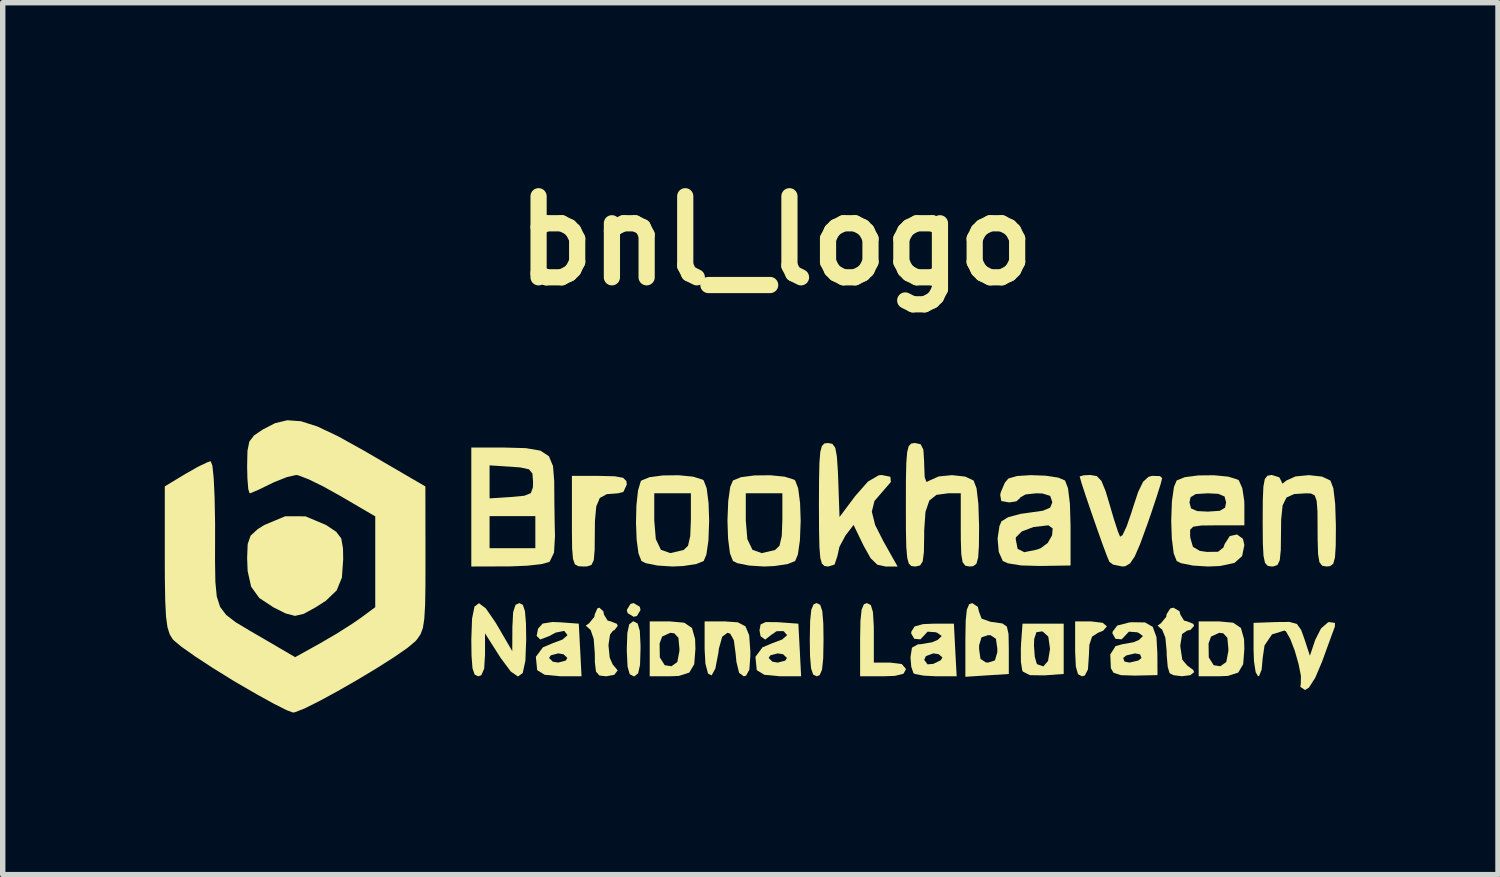
<source format=kicad_pcb>
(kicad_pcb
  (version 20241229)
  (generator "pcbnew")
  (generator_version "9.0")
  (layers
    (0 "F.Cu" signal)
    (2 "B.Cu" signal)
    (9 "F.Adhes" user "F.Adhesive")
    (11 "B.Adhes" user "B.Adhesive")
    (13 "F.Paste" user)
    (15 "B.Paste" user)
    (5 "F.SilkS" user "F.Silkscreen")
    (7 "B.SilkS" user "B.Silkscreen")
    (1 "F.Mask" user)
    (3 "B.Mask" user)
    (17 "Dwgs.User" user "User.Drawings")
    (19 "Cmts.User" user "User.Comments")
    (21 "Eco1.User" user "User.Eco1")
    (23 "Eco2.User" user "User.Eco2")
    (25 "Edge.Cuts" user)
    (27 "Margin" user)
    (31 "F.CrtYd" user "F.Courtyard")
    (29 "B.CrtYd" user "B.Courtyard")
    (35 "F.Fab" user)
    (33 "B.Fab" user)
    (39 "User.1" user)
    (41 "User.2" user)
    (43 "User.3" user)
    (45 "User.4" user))
  (footprint "bnl_logo"
    (layer "F.Cu")
    (at 11.811 7.604)
    (property "Reference" "bnl_logo" (at -0.5 -6.2 0) (layer "F.SilkS") (effects (font (size 1.5 1.5) (thickness 0.3))))
    (attr board_only exclude_from_pos_files exclude_from_bom)
    (fp_poly (pts (xy -3.02 0.576) (xy -3.006 0.635) (xy -3.073 0.747) (xy -3.133 0.762) (xy -3.245 0.694) (xy -3.26 0.635) (xy -3.192 0.523) (xy -3.133 0.508)) (stroke (width 0) (type solid)) (fill yes) (layer "F.SilkS"))
    (fp_poly (pts (xy -3.059 0.886) (xy -3.019 1.024) (xy -3.006 1.293) (xy -3.006 1.355) (xy -3.015 1.65) (xy -3.05 1.808) (xy -3.117 1.862) (xy -3.133 1.863) (xy -3.206 1.824) (xy -3.246 1.685) (xy -3.259 1.416) (xy -3.26 1.355) (xy -3.25 1.06) (xy -3.215 0.901) (xy -3.148 0.848) (xy -3.133 0.847)) (stroke (width 0) (type solid)) (fill yes) (layer "F.SilkS"))
    (fp_poly (pts (xy 0.319 0.54) (xy 0.358 0.656) (xy 0.377 0.885) (xy 0.381 1.185) (xy 0.375 1.533) (xy 0.353 1.741) (xy 0.31 1.841) (xy 0.254 1.863) (xy 0.189 1.831) (xy 0.15 1.715) (xy 0.131 1.485) (xy 0.127 1.185) (xy 0.133 0.838) (xy 0.155 0.629) (xy 0.198 0.53) (xy 0.254 0.508)) (stroke (width 0) (type solid)) (fill yes) (layer "F.SilkS"))
    (fp_poly (pts (xy 5.547 0.873) (xy 5.626 0.938) (xy 5.558 1.018) (xy 5.461 1.058) (xy 5.351 1.129) (xy 5.301 1.281) (xy 5.292 1.487) (xy 5.275 1.736) (xy 5.217 1.849) (xy 5.165 1.863) (xy 5.091 1.824) (xy 5.051 1.685) (xy 5.038 1.416) (xy 5.038 1.355) (xy 5.038 0.847) (xy 5.334 0.847)) (stroke (width 0) (type solid)) (fill yes) (layer "F.SilkS"))
    (fp_poly (pts (xy 1.257 0.545) (xy 1.296 0.676) (xy 1.311 0.933) (xy 1.312 1.058) (xy 1.312 1.609) (xy 1.609 1.609) (xy 1.828 1.636) (xy 1.904 1.724) (xy 1.905 1.736) (xy 1.86 1.816) (xy 1.703 1.855) (xy 1.482 1.863) (xy 1.058 1.863) (xy 1.058 1.185) (xy 1.064 0.838) (xy 1.086 0.629) (xy 1.129 0.53) (xy 1.185 0.508)) (stroke (width 0) (type solid)) (fill yes) (layer "F.SilkS"))
    (fp_poly (pts (xy -9.208 -1.098) (xy -8.826 -0.937) (xy -8.639 -0.812) (xy -8.545 -0.689) (xy -8.513 -0.506) (xy -8.509 -0.304) (xy -8.533 0.036) (xy -8.629 0.272) (xy -8.83 0.465) (xy -9.017 0.585) (xy -9.239 0.707) (xy -9.401 0.745) (xy -9.574 0.7) (xy -9.798 0.588) (xy -10.062 0.414) (xy -10.213 0.205) (xy -10.278 -0.088) (xy -10.287 -0.325) (xy -10.277 -0.584) (xy -10.223 -0.74) (xy -10.092 -0.86) (xy -9.97 -0.937) (xy -9.582 -1.099)) (stroke (width 0) (type solid)) (fill yes) (layer "F.SilkS"))
    (fp_poly (pts (xy -3.483 -1.839) (xy -3.329 -1.811) (xy -3.268 -1.75) (xy -3.26 -1.685) (xy -3.324 -1.549) (xy -3.422 -1.524) (xy -3.631 -1.508) (xy -3.759 -1.438) (xy -3.825 -1.282) (xy -3.85 -1.007) (xy -3.852 -0.795) (xy -3.855 -0.475) (xy -3.871 -0.288) (xy -3.913 -0.199) (xy -3.993 -0.171) (xy -4.064 -0.169) (xy -4.16 -0.175) (xy -4.222 -0.211) (xy -4.256 -0.31) (xy -4.272 -0.502) (xy -4.276 -0.818) (xy -4.276 -1.008) (xy -4.276 -1.846) (xy -3.768 -1.846)) (stroke (width 0) (type solid)) (fill yes) (layer "F.SilkS"))
    (fp_poly (pts (xy -1.206 0.864) (xy -1.064 0.938) (xy -0.995 1.104) (xy -0.974 1.396) (xy -0.974 1.489) (xy -0.992 1.741) (xy -1.053 1.852) (xy -1.096 1.863) (xy -1.182 1.798) (xy -1.232 1.592) (xy -1.244 1.46) (xy -1.279 1.195) (xy -1.347 1.073) (xy -1.397 1.058) (xy -1.494 1.13) (xy -1.556 1.352) (xy -1.566 1.433) (xy -1.621 1.72) (xy -1.69 1.846) (xy -1.756 1.814) (xy -1.805 1.629) (xy -1.82 1.362) (xy -1.82 0.847) (xy -1.448 0.847)) (stroke (width 0) (type solid)) (fill yes) (layer "F.SilkS"))
    (fp_poly (pts (xy -2.198 0.871) (xy -2.054 0.968) (xy -1.996 1.175) (xy -1.99 1.355) (xy -2.012 1.639) (xy -2.103 1.794) (xy -2.296 1.856) (xy -2.464 1.863) (xy -2.836 1.863) (xy -2.836 1.355) (xy -2.836 1.255) (xy -2.653 1.255) (xy -2.649 1.513) (xy -2.558 1.658) (xy -2.434 1.677) (xy -2.325 1.599) (xy -2.287 1.399) (xy -2.286 1.354) (xy -2.305 1.15) (xy -2.38 1.068) (xy -2.455 1.058) (xy -2.606 1.127) (xy -2.653 1.255) (xy -2.836 1.255) (xy -2.836 0.847) (xy -2.464 0.847)) (stroke (width 0) (type solid)) (fill yes) (layer "F.SilkS"))
    (fp_poly (pts (xy 7.962 0.871) (xy 8.106 0.968) (xy 8.164 1.175) (xy 8.17 1.355) (xy 8.148 1.639) (xy 8.057 1.794) (xy 7.864 1.856) (xy 7.696 1.863) (xy 7.324 1.863) (xy 7.324 1.355) (xy 7.324 1.255) (xy 7.507 1.255) (xy 7.511 1.513) (xy 7.602 1.658) (xy 7.726 1.677) (xy 7.835 1.599) (xy 7.873 1.399) (xy 7.874 1.354) (xy 7.855 1.15) (xy 7.78 1.068) (xy 7.705 1.058) (xy 7.554 1.127) (xy 7.507 1.255) (xy 7.324 1.255) (xy 7.324 0.847) (xy 7.696 0.847)) (stroke (width 0) (type solid)) (fill yes) (layer "F.SilkS"))
    (fp_poly (pts (xy 4.826 1.355) (xy 4.826 1.82) (xy 4.465 1.846) (xy 4.201 1.842) (xy 4.072 1.777) (xy 4.058 1.75) (xy 4.034 1.593) (xy 4.033 1.348) (xy 4.036 1.292) (xy 4.276 1.292) (xy 4.291 1.504) (xy 4.329 1.633) (xy 4.334 1.639) (xy 4.449 1.68) (xy 4.536 1.58) (xy 4.572 1.363) (xy 4.572 1.349) (xy 4.541 1.128) (xy 4.439 1.036) (xy 4.424 1.032) (xy 4.321 1.047) (xy 4.28 1.173) (xy 4.276 1.292) (xy 4.036 1.292) (xy 4.037 1.259) (xy 4.064 0.889) (xy 4.445 0.889) (xy 4.826 0.889)) (stroke (width 0) (type solid)) (fill yes) (layer "F.SilkS"))
    (fp_poly (pts (xy -5.184 0.54) (xy -5.145 0.656) (xy -5.126 0.885) (xy -5.122 1.185) (xy -5.137 1.575) (xy -5.186 1.802) (xy -5.274 1.867) (xy -5.407 1.775) (xy -5.591 1.529) (xy -5.632 1.465) (xy -5.884 1.068) (xy -5.884 1.465) (xy -5.9 1.722) (xy -5.952 1.843) (xy -6.011 1.863) (xy -6.076 1.831) (xy -6.116 1.715) (xy -6.134 1.485) (xy -6.138 1.185) (xy -6.124 0.796) (xy -6.079 0.572) (xy -5.996 0.51) (xy -5.869 0.607) (xy -5.694 0.86) (xy -5.639 0.953) (xy -5.38 1.397) (xy -5.378 0.953) (xy -5.364 0.679) (xy -5.32 0.541) (xy -5.249 0.508)) (stroke (width 0) (type solid)) (fill yes) (layer "F.SilkS"))
    (fp_poly (pts (xy -3.693 0.661) (xy -3.683 0.72) (xy -3.615 0.832) (xy -3.556 0.847) (xy -3.443 0.892) (xy -3.429 0.931) (xy -3.493 1.014) (xy -3.514 1.016) (xy -3.57 1.09) (xy -3.598 1.273) (xy -3.598 1.307) (xy -3.576 1.518) (xy -3.521 1.645) (xy -3.514 1.651) (xy -3.429 1.754) (xy -3.492 1.836) (xy -3.641 1.863) (xy -3.767 1.849) (xy -3.83 1.777) (xy -3.851 1.605) (xy -3.852 1.446) (xy -3.873 1.17) (xy -3.93 1.005) (xy -3.958 0.981) (xy -4.02 0.925) (xy -3.958 0.882) (xy -3.861 0.763) (xy -3.852 0.713) (xy -3.804 0.605) (xy -3.768 0.593)) (stroke (width 0) (type solid)) (fill yes) (layer "F.SilkS"))
    (fp_poly (pts (xy 6.97 0.66) (xy 6.985 0.72) (xy 7.053 0.832) (xy 7.112 0.847) (xy 7.225 0.892) (xy 7.239 0.931) (xy 7.17 1.006) (xy 7.112 1.016) (xy 7.018 1.08) (xy 6.985 1.283) (xy 6.985 1.315) (xy 7.021 1.555) (xy 7.112 1.663) (xy 7.224 1.746) (xy 7.239 1.787) (xy 7.169 1.842) (xy 7.014 1.862) (xy 6.855 1.842) (xy 6.787 1.806) (xy 6.752 1.693) (xy 6.733 1.478) (xy 6.731 1.39) (xy 6.708 1.148) (xy 6.648 0.999) (xy 6.625 0.981) (xy 6.563 0.925) (xy 6.625 0.882) (xy 6.723 0.763) (xy 6.731 0.713) (xy 6.799 0.607) (xy 6.858 0.593)) (stroke (width 0) (type solid)) (fill yes) (layer "F.SilkS"))
    (fp_poly (pts (xy -4.498 0.863) (xy -4.149 0.889) (xy -4.123 1.376) (xy -4.098 1.863) (xy -4.486 1.863) (xy -4.78 1.835) (xy -4.916 1.751) (xy -4.92 1.741) (xy -4.941 1.524) (xy -4.699 1.524) (xy -4.628 1.593) (xy -4.53 1.609) (xy -4.392 1.573) (xy -4.36 1.524) (xy -4.431 1.455) (xy -4.53 1.439) (xy -4.667 1.475) (xy -4.699 1.524) (xy -4.941 1.524) (xy -4.943 1.502) (xy -4.813 1.327) (xy -4.635 1.252) (xy -4.449 1.182) (xy -4.361 1.106) (xy -4.36 1.098) (xy -4.419 1.022) (xy -4.578 1.055) (xy -4.696 1.119) (xy -4.862 1.182) (xy -4.929 1.115) (xy -4.902 0.981) (xy -4.818 0.887) (xy -4.637 0.858)) (stroke (width 0) (type solid)) (fill yes) (layer "F.SilkS"))
    (fp_poly (pts (xy 3.237 0.578) (xy 3.26 0.672) (xy 3.307 0.796) (xy 3.475 0.855) (xy 3.535 0.862) (xy 3.692 0.885) (xy 3.774 0.943) (xy 3.805 1.08) (xy 3.81 1.34) (xy 3.81 1.355) (xy 3.81 1.82) (xy 3.408 1.846) (xy 3.006 1.872) (xy 3.006 1.355) (xy 3.26 1.355) (xy 3.286 1.541) (xy 3.385 1.606) (xy 3.429 1.609) (xy 3.553 1.569) (xy 3.597 1.42) (xy 3.598 1.355) (xy 3.572 1.169) (xy 3.473 1.103) (xy 3.429 1.101) (xy 3.305 1.141) (xy 3.261 1.289) (xy 3.26 1.355) (xy 3.006 1.355) (xy 3.006 1.19) (xy 3.012 0.841) (xy 3.033 0.631) (xy 3.076 0.53) (xy 3.133 0.508)) (stroke (width 0) (type solid)) (fill yes) (layer "F.SilkS"))
    (fp_poly (pts (xy -0.478 0.861) (xy -0.445 0.863) (xy -0.085 0.889) (xy -0.059 1.376) (xy -0.034 1.863) (xy -0.422 1.863) (xy -0.716 1.835) (xy -0.852 1.751) (xy -0.856 1.741) (xy -0.877 1.524) (xy -0.635 1.524) (xy -0.564 1.593) (xy -0.466 1.609) (xy -0.328 1.573) (xy -0.296 1.524) (xy -0.367 1.455) (xy -0.466 1.439) (xy -0.603 1.475) (xy -0.635 1.524) (xy -0.877 1.524) (xy -0.879 1.502) (xy -0.749 1.327) (xy -0.571 1.252) (xy -0.385 1.182) (xy -0.297 1.106) (xy -0.296 1.098) (xy -0.358 1.027) (xy -0.486 1.028) (xy -0.593 1.101) (xy -0.593 1.101) (xy -0.699 1.184) (xy -0.784 1.122) (xy -0.804 1.011) (xy -0.783 0.903) (xy -0.689 0.859)) (stroke (width 0) (type solid)) (fill yes) (layer "F.SilkS"))
    (fp_poly (pts (xy 9.143 0.895) (xy 9.221 1.005) (xy 9.278 1.163) (xy 9.383 1.482) (xy 9.483 1.185) (xy 9.589 0.977) (xy 9.719 0.864) (xy 9.735 0.859) (xy 9.847 0.875) (xy 9.845 0.944) (xy 9.795 1.079) (xy 9.707 1.319) (xy 9.61 1.587) (xy 9.482 1.89) (xy 9.364 2.073) (xy 9.293 2.117) (xy 9.207 2.059) (xy 9.214 1.997) (xy 9.217 1.857) (xy 9.173 1.635) (xy 9.102 1.387) (xy 9.018 1.169) (xy 8.941 1.034) (xy 8.911 1.016) (xy 8.681 1.088) (xy 8.543 1.292) (xy 8.509 1.527) (xy 8.49 1.738) (xy 8.443 1.855) (xy 8.424 1.863) (xy 8.379 1.786) (xy 8.348 1.586) (xy 8.34 1.368) (xy 8.34 0.874) (xy 8.756 0.859) (xy 9.006 0.857)) (stroke (width 0) (type solid)) (fill yes) (layer "F.SilkS"))
    (fp_poly (pts (xy 2.819 1.376) (xy 2.845 1.863) (xy 2.474 1.863) (xy 2.235 1.851) (xy 2.074 1.821) (xy 2.046 1.806) (xy 2.005 1.688) (xy 1.994 1.558) (xy 2.244 1.558) (xy 2.306 1.642) (xy 2.413 1.633) (xy 2.55 1.566) (xy 2.582 1.514) (xy 2.511 1.453) (xy 2.413 1.439) (xy 2.276 1.489) (xy 2.244 1.558) (xy 1.994 1.558) (xy 1.99 1.51) (xy 2.018 1.333) (xy 2.127 1.272) (xy 2.18 1.269) (xy 2.391 1.233) (xy 2.495 1.189) (xy 2.568 1.118) (xy 2.489 1.06) (xy 2.458 1.048) (xy 2.307 1.037) (xy 2.263 1.085) (xy 2.174 1.179) (xy 2.06 1.169) (xy 2.003 1.07) (xy 2.006 1.037) (xy 2.066 0.941) (xy 2.224 0.897) (xy 2.414 0.889) (xy 2.794 0.889)) (stroke (width 0) (type solid)) (fill yes) (layer "F.SilkS"))
    (fp_poly (pts (xy 6.331 0.866) (xy 6.474 0.948) (xy 6.543 1.138) (xy 6.56 1.449) (xy 6.562 1.841) (xy 6.148 1.85) (xy 5.885 1.842) (xy 5.748 1.797) (xy 5.699 1.713) (xy 5.691 1.524) (xy 5.927 1.524) (xy 5.952 1.591) (xy 6.044 1.609) (xy 6.208 1.571) (xy 6.265 1.524) (xy 6.24 1.457) (xy 6.148 1.439) (xy 5.984 1.477) (xy 5.927 1.524) (xy 5.691 1.524) (xy 5.688 1.459) (xy 5.786 1.304) (xy 5.912 1.269) (xy 6.121 1.232) (xy 6.221 1.189) (xy 6.293 1.118) (xy 6.214 1.06) (xy 6.183 1.048) (xy 6.033 1.037) (xy 5.988 1.085) (xy 5.899 1.179) (xy 5.785 1.169) (xy 5.728 1.07) (xy 5.731 1.037) (xy 5.817 0.924) (xy 6.037 0.867) (xy 6.088 0.862)) (stroke (width 0) (type solid)) (fill yes) (layer "F.SilkS"))
    (fp_poly (pts (xy -0.34 -1.832) (xy -0.164 -1.777) (xy -0.144 -1.761) (xy -0.089 -1.619) (xy -0.053 -1.344) (xy -0.042 -1.016) (xy -0.056 -0.653) (xy -0.094 -0.39) (xy -0.144 -0.271) (xy -0.281 -0.215) (xy -0.524 -0.178) (xy -0.72 -0.169) (xy -1 -0.187) (xy -1.216 -0.231) (xy -1.295 -0.271) (xy -1.351 -0.413) (xy -1.386 -0.688) (xy -1.397 -1.016) (xy -1.397 -1.023) (xy -1.058 -1.023) (xy -1.029 -0.676) (xy -0.934 -0.478) (xy -0.762 -0.417) (xy -0.515 -0.475) (xy -0.434 -0.553) (xy -0.392 -0.733) (xy -0.381 -1.025) (xy -0.381 -1.524) (xy -0.72 -1.524) (xy -1.058 -1.524) (xy -1.058 -1.023) (xy -1.397 -1.023) (xy -1.383 -1.379) (xy -1.346 -1.642) (xy -1.295 -1.761) (xy -1.147 -1.822) (xy -0.895 -1.855) (xy -0.605 -1.858)) (stroke (width 0) (type solid)) (fill yes) (layer "F.SilkS"))
    (fp_poly (pts (xy 5.439 -1.842) (xy 5.524 -1.754) (xy 5.602 -1.564) (xy 5.671 -1.333) (xy 5.755 -1.047) (xy 5.828 -0.823) (xy 5.87 -0.72) (xy 5.916 -0.752) (xy 5.992 -0.914) (xy 6.082 -1.174) (xy 6.098 -1.228) (xy 6.204 -1.549) (xy 6.296 -1.738) (xy 6.394 -1.828) (xy 6.461 -1.847) (xy 6.607 -1.842) (xy 6.648 -1.805) (xy 6.622 -1.7) (xy 6.551 -1.474) (xy 6.448 -1.164) (xy 6.375 -0.953) (xy 6.241 -0.586) (xy 6.14 -0.353) (xy 6.054 -0.226) (xy 5.967 -0.175) (xy 5.913 -0.169) (xy 5.741 -0.204) (xy 5.672 -0.255) (xy 5.628 -0.359) (xy 5.547 -0.577) (xy 5.445 -0.863) (xy 5.336 -1.176) (xy 5.236 -1.47) (xy 5.16 -1.701) (xy 5.124 -1.827) (xy 5.122 -1.836) (xy 5.195 -1.857) (xy 5.323 -1.863)) (stroke (width 0) (type solid)) (fill yes) (layer "F.SilkS"))
    (fp_poly (pts (xy -2.033 -1.832) (xy -1.857 -1.777) (xy -1.837 -1.761) (xy -1.782 -1.619) (xy -1.747 -1.344) (xy -1.736 -1.016) (xy -1.749 -0.653) (xy -1.787 -0.39) (xy -1.837 -0.271) (xy -1.974 -0.215) (xy -2.217 -0.178) (xy -2.413 -0.169) (xy -2.693 -0.187) (xy -2.91 -0.231) (xy -2.989 -0.271) (xy -3.044 -0.411) (xy -3.078 -0.666) (xy -3.09 -0.98) (xy -3.089 -1.023) (xy -2.752 -1.023) (xy -2.723 -0.676) (xy -2.628 -0.478) (xy -2.455 -0.417) (xy -2.208 -0.475) (xy -2.127 -0.553) (xy -2.086 -0.733) (xy -2.074 -1.025) (xy -2.074 -1.524) (xy -2.413 -1.524) (xy -2.752 -1.524) (xy -2.752 -1.023) (xy -3.089 -1.023) (xy -3.082 -1.301) (xy -3.053 -1.573) (xy -3.003 -1.743) (xy -2.989 -1.761) (xy -2.84 -1.822) (xy -2.589 -1.855) (xy -2.298 -1.858)) (stroke (width 0) (type solid)) (fill yes) (layer "F.SilkS"))
    (fp_poly (pts (xy 0.545 -2.439) (xy 0.598 -2.367) (xy 0.628 -2.207) (xy 0.647 -1.925) (xy 0.653 -1.77) (xy 0.677 -1.085) (xy 0.968 -1.474) (xy 1.203 -1.741) (xy 1.4 -1.856) (xy 1.455 -1.863) (xy 1.618 -1.83) (xy 1.627 -1.733) (xy 1.484 -1.568) (xy 1.324 -1.382) (xy 1.275 -1.185) (xy 1.336 -0.938) (xy 1.486 -0.641) (xy 1.752 -0.169) (xy 1.531 -0.169) (xy 1.378 -0.201) (xy 1.253 -0.322) (xy 1.123 -0.554) (xy 0.937 -0.938) (xy 0.788 -0.744) (xy 0.675 -0.533) (xy 0.637 -0.36) (xy 0.585 -0.205) (xy 0.466 -0.169) (xy 0.398 -0.178) (xy 0.351 -0.223) (xy 0.321 -0.33) (xy 0.305 -0.526) (xy 0.298 -0.837) (xy 0.296 -1.29) (xy 0.296 -1.312) (xy 0.298 -1.772) (xy 0.305 -2.088) (xy 0.321 -2.289) (xy 0.35 -2.399) (xy 0.396 -2.446) (xy 0.462 -2.455)) (stroke (width 0) (type solid)) (fill yes) (layer "F.SilkS"))
    (fp_poly (pts (xy -5.131 -2.36) (xy -4.861 -2.314) (xy -4.702 -2.211) (xy -4.626 -2.029) (xy -4.603 -1.747) (xy -4.603 -1.666) (xy -4.6 -1.299) (xy -4.594 -0.925) (xy -4.589 -0.736) (xy -4.607 -0.426) (xy -4.685 -0.263) (xy -4.701 -0.251) (xy -4.842 -0.213) (xy -5.101 -0.184) (xy -5.425 -0.171) (xy -5.482 -0.171) (xy -6.138 -0.169) (xy -6.138 -0.804) (xy -5.8 -0.804) (xy -5.8 -0.508) (xy -5.376 -0.508) (xy -4.953 -0.508) (xy -4.953 -0.804) (xy -4.953 -1.101) (xy -5.376 -1.101) (xy -5.8 -1.101) (xy -5.8 -0.804) (xy -6.138 -0.804) (xy -6.138 -1.27) (xy -6.138 -1.736) (xy -5.8 -1.736) (xy -5.8 -1.43) (xy -5.397 -1.456) (xy -5.155 -1.479) (xy -5.037 -1.527) (xy -4.998 -1.631) (xy -4.995 -1.736) (xy -5.007 -1.89) (xy -5.071 -1.968) (xy -5.233 -2.003) (xy -5.397 -2.015) (xy -5.8 -2.041) (xy -5.8 -1.736) (xy -6.138 -1.736) (xy -6.138 -2.371) (xy -5.54 -2.371)) (stroke (width 0) (type solid)) (fill yes) (layer "F.SilkS"))
    (fp_poly (pts (xy 8.816 -1.82) (xy 8.848 -1.761) (xy 8.873 -1.702) (xy 8.949 -1.761) (xy 9.116 -1.836) (xy 9.363 -1.86) (xy 9.608 -1.833) (xy 9.762 -1.761) (xy 9.817 -1.617) (xy 9.851 -1.327) (xy 9.864 -0.915) (xy 9.864 -0.914) (xy 9.861 -0.557) (xy 9.847 -0.337) (xy 9.815 -0.22) (xy 9.757 -0.176) (xy 9.694 -0.169) (xy 9.61 -0.183) (xy 9.559 -0.249) (xy 9.534 -0.399) (xy 9.526 -0.668) (xy 9.525 -0.847) (xy 9.523 -1.183) (xy 9.508 -1.384) (xy 9.472 -1.485) (xy 9.403 -1.52) (xy 9.32 -1.524) (xy 9.092 -1.51) (xy 8.951 -1.447) (xy 8.878 -1.301) (xy 8.851 -1.04) (xy 8.848 -0.795) (xy 8.844 -0.473) (xy 8.825 -0.285) (xy 8.782 -0.196) (xy 8.705 -0.17) (xy 8.678 -0.169) (xy 8.601 -0.181) (xy 8.552 -0.236) (xy 8.524 -0.366) (xy 8.512 -0.6) (xy 8.509 -0.971) (xy 8.509 -1.016) (xy 8.511 -1.401) (xy 8.522 -1.648) (xy 8.548 -1.787) (xy 8.595 -1.848) (xy 8.669 -1.863) (xy 8.678 -1.863)) (stroke (width 0) (type solid)) (fill yes) (layer "F.SilkS"))
    (fp_poly (pts (xy 2.178 -2.432) (xy 2.229 -2.332) (xy 2.243 -2.114) (xy 2.244 -2.057) (xy 2.253 -1.823) (xy 2.286 -1.733) (xy 2.345 -1.761) (xy 2.512 -1.836) (xy 2.759 -1.86) (xy 3.004 -1.833) (xy 3.158 -1.761) (xy 3.213 -1.617) (xy 3.247 -1.327) (xy 3.26 -0.915) (xy 3.26 -0.914) (xy 3.257 -0.557) (xy 3.243 -0.337) (xy 3.211 -0.22) (xy 3.153 -0.176) (xy 3.09 -0.169) (xy 3.006 -0.183) (xy 2.955 -0.249) (xy 2.93 -0.399) (xy 2.922 -0.668) (xy 2.921 -0.847) (xy 2.921 -1.524) (xy 2.684 -1.524) (xy 2.472 -1.495) (xy 2.339 -1.39) (xy 2.268 -1.181) (xy 2.244 -0.838) (xy 2.244 -0.745) (xy 2.239 -0.439) (xy 2.217 -0.265) (xy 2.168 -0.188) (xy 2.08 -0.169) (xy 2.074 -0.169) (xy 2.006 -0.178) (xy 1.959 -0.223) (xy 1.93 -0.33) (xy 1.913 -0.526) (xy 1.906 -0.837) (xy 1.905 -1.29) (xy 1.905 -1.312) (xy 1.906 -1.772) (xy 1.913 -2.088) (xy 1.929 -2.288) (xy 1.958 -2.398) (xy 2.004 -2.445) (xy 2.071 -2.455) (xy 2.074 -2.455)) (stroke (width 0) (type solid)) (fill yes) (layer "F.SilkS"))
    (fp_poly (pts (xy 4.49 -1.85) (xy 4.727 -1.814) (xy 4.851 -1.761) (xy 4.906 -1.617) (xy 4.941 -1.329) (xy 4.953 -0.924) (xy 4.953 -0.188) (xy 4.377 -0.179) (xy 4.035 -0.189) (xy 3.793 -0.228) (xy 3.699 -0.271) (xy 3.624 -0.439) (xy 3.603 -0.681) (xy 3.937 -0.681) (xy 3.973 -0.497) (xy 4.096 -0.434) (xy 4.328 -0.481) (xy 4.397 -0.506) (xy 4.53 -0.604) (xy 4.611 -0.746) (xy 4.622 -0.874) (xy 4.543 -0.931) (xy 4.54 -0.931) (xy 4.269 -0.9) (xy 4.052 -0.819) (xy 3.942 -0.71) (xy 3.937 -0.681) (xy 3.603 -0.681) (xy 3.602 -0.683) (xy 3.637 -0.919) (xy 3.675 -1.006) (xy 3.797 -1.081) (xy 4.026 -1.143) (xy 4.182 -1.165) (xy 4.444 -1.202) (xy 4.576 -1.259) (xy 4.614 -1.354) (xy 4.614 -1.365) (xy 4.576 -1.476) (xy 4.435 -1.52) (xy 4.318 -1.524) (xy 4.122 -1.503) (xy 4.024 -1.45) (xy 4.022 -1.439) (xy 3.949 -1.375) (xy 3.818 -1.355) (xy 3.671 -1.381) (xy 3.651 -1.493) (xy 3.662 -1.545) (xy 3.738 -1.722) (xy 3.803 -1.798) (xy 3.962 -1.844) (xy 4.213 -1.86)) (stroke (width 0) (type solid)) (fill yes) (layer "F.SilkS"))
    (fp_poly (pts (xy 7.873 -1.832) (xy 8.049 -1.777) (xy 8.069 -1.761) (xy 8.132 -1.618) (xy 8.168 -1.382) (xy 8.17 -1.295) (xy 8.17 -0.931) (xy 7.657 -0.931) (xy 7.374 -0.928) (xy 7.223 -0.906) (xy 7.166 -0.848) (xy 7.166 -0.736) (xy 7.17 -0.699) (xy 7.218 -0.533) (xy 7.346 -0.458) (xy 7.478 -0.439) (xy 7.683 -0.442) (xy 7.782 -0.52) (xy 7.806 -0.587) (xy 7.9 -0.732) (xy 8.034 -0.762) (xy 8.143 -0.682) (xy 8.17 -0.567) (xy 8.128 -0.361) (xy 7.986 -0.235) (xy 7.719 -0.178) (xy 7.493 -0.169) (xy 7.213 -0.187) (xy 6.996 -0.231) (xy 6.917 -0.271) (xy 6.862 -0.413) (xy 6.827 -0.688) (xy 6.816 -1.016) (xy 6.828 -1.355) (xy 7.154 -1.355) (xy 7.183 -1.244) (xy 7.298 -1.195) (xy 7.493 -1.185) (xy 7.715 -1.2) (xy 7.812 -1.257) (xy 7.832 -1.355) (xy 7.803 -1.465) (xy 7.688 -1.514) (xy 7.493 -1.524) (xy 7.271 -1.51) (xy 7.174 -1.452) (xy 7.154 -1.355) (xy 6.828 -1.355) (xy 6.829 -1.379) (xy 6.867 -1.642) (xy 6.917 -1.761) (xy 7.066 -1.822) (xy 7.317 -1.855) (xy 7.608 -1.858)) (stroke (width 0) (type solid)) (fill yes) (layer "F.SilkS"))
    (fp_poly (pts (xy -9.292 -2.858) (xy -8.99 -2.762) (xy -8.609 -2.582) (xy -8.121 -2.311) (xy -8.042 -2.265) (xy -6.988 -1.651) (xy -6.986 -0.322) (xy -6.987 0.182) (xy -6.993 0.547) (xy -7.008 0.799) (xy -7.034 0.969) (xy -7.077 1.084) (xy -7.139 1.175) (xy -7.176 1.217) (xy -7.32 1.338) (xy -7.569 1.51) (xy -7.89 1.714) (xy -8.249 1.93) (xy -8.614 2.139) (xy -8.949 2.321) (xy -9.223 2.458) (xy -9.402 2.528) (xy -9.438 2.534) (xy -9.556 2.49) (xy -9.786 2.374) (xy -10.099 2.202) (xy -10.462 1.992) (xy -10.541 1.945) (xy -10.916 1.713) (xy -11.248 1.496) (xy -11.504 1.315) (xy -11.651 1.192) (xy -11.663 1.179) (xy -11.72 1.087) (xy -11.761 0.957) (xy -11.788 0.76) (xy -11.803 0.469) (xy -11.81 0.056) (xy -11.811 -0.327) (xy -11.811 -1.652) (xy -11.427 -1.884) (xy -11.195 -2.016) (xy -11.019 -2.1) (xy -10.961 -2.117) (xy -10.93 -2.035) (xy -10.906 -1.805) (xy -10.889 -1.446) (xy -10.88 -0.978) (xy -10.88 -0.772) (xy -10.881 -0.259) (xy -10.875 0.117) (xy -10.849 0.386) (xy -10.787 0.579) (xy -10.675 0.727) (xy -10.5 0.862) (xy -10.247 1.014) (xy -10 1.157) (xy -9.398 1.509) (xy -8.932 1.25) (xy -8.629 1.073) (xy -8.342 0.891) (xy -8.191 0.787) (xy -7.916 0.584) (xy -7.916 -0.256) (xy -7.916 -1.097) (xy -8.571 -1.48) (xy -8.881 -1.652) (xy -9.151 -1.784) (xy -9.336 -1.855) (xy -9.378 -1.863) (xy -9.547 -1.825) (xy -9.783 -1.732) (xy -9.864 -1.693) (xy -10.075 -1.59) (xy -10.217 -1.53) (xy -10.241 -1.524) (xy -10.266 -1.601) (xy -10.282 -1.8) (xy -10.287 -2.025) (xy -10.281 -2.31) (xy -10.246 -2.482) (xy -10.159 -2.595) (xy -10.002 -2.702) (xy -9.77 -2.822) (xy -9.543 -2.876)) (stroke (width 0) (type solid)) (fill yes) (layer "F.SilkS")))
  (gr_rect
    (start -3 -3)
    (end 24.675 13.138)
    (stroke (width 0.1) (type default))
    (fill no)
    (layer "Edge.Cuts")))
</source>
